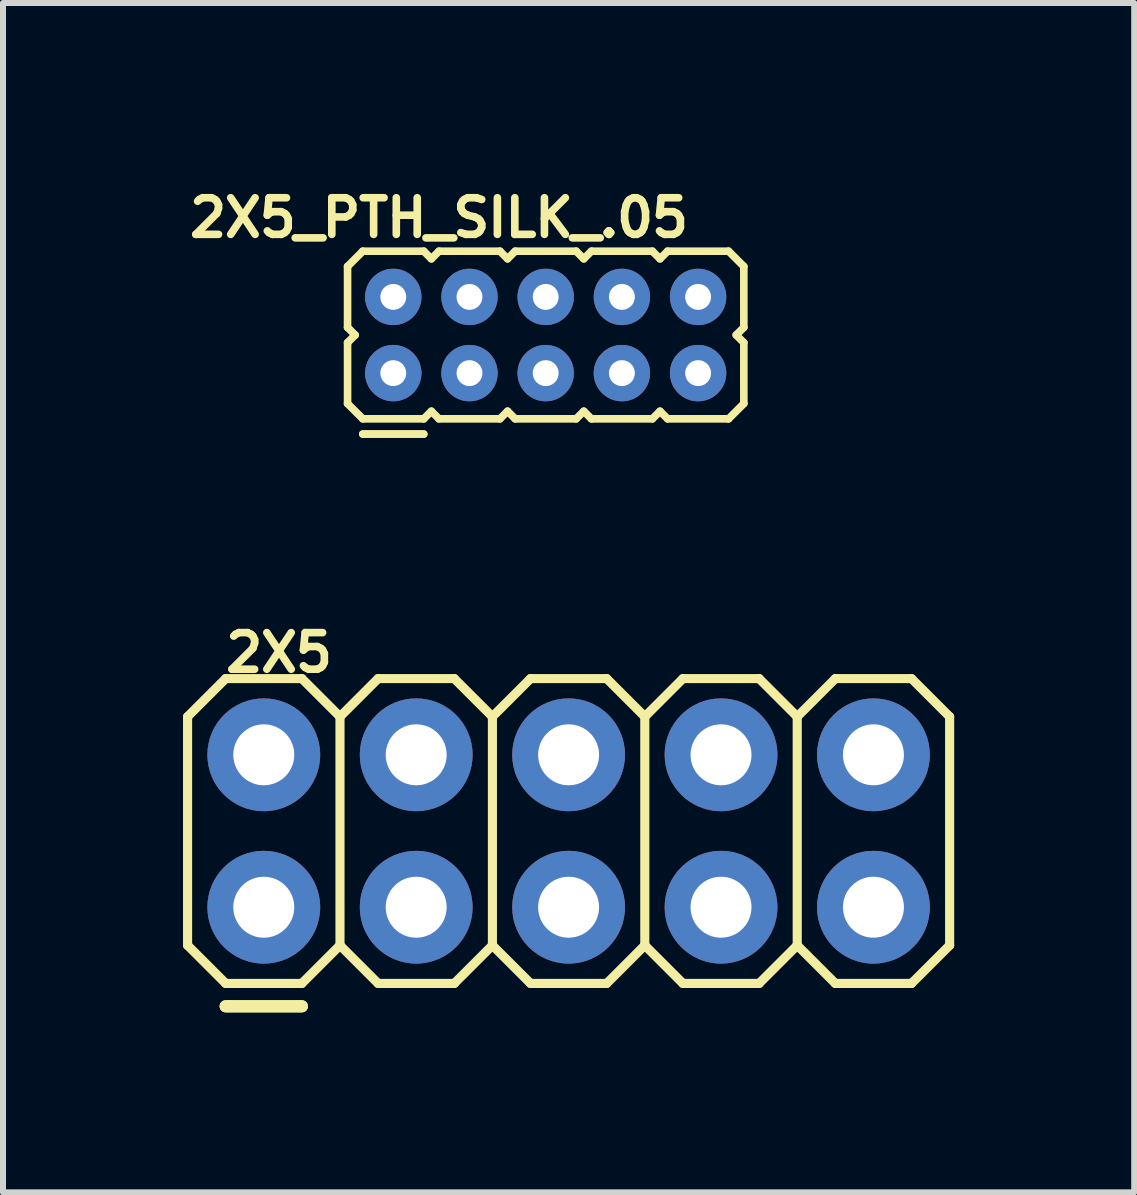
<source format=kicad_pcb>
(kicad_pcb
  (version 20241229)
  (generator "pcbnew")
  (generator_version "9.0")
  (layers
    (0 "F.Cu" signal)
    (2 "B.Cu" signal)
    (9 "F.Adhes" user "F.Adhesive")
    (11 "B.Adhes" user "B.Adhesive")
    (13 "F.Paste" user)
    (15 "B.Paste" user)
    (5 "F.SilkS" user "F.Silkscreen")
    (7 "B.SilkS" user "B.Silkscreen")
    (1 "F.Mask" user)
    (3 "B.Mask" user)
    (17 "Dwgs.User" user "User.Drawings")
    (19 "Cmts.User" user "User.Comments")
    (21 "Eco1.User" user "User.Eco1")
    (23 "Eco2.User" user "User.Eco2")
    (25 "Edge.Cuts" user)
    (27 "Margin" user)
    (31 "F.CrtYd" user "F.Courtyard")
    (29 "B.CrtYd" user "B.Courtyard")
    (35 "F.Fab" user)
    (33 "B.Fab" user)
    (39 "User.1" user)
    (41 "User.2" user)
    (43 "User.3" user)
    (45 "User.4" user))
  (footprint "2X5"
    (layer "F.Cu")
    (at 1.346 12.069)
    (property "Reference" "2X5" (at 0.254 -4.242 0) (layer "F.SilkS") (effects (font (size 0.61 0.61) (thickness 0.127))))
    (attr exclude_from_pos_files exclude_from_bom)
    (fp_line (start -1.27 -3.175) (end -0.635 -3.81) (stroke (width 0.152) (type solid)) (layer "F.SilkS"))
    (fp_line (start -1.27 0.635) (end -1.27 -3.175) (stroke (width 0.152) (type solid)) (layer "F.SilkS"))
    (fp_line (start -1.27 0.635) (end -0.635 1.27) (stroke (width 0.152) (type solid)) (layer "F.SilkS"))
    (fp_line (start -0.635 -3.81) (end 0.635 -3.81) (stroke (width 0.152) (type solid)) (layer "F.SilkS"))
    (fp_line (start -0.635 1.27) (end 0.635 1.27) (stroke (width 0.152) (type solid)) (layer "F.SilkS"))
    (fp_line (start -0.635 1.651) (end 0.635 1.651) (stroke (width 0.203) (type solid)) (layer "F.SilkS"))
    (fp_line (start -0.635 1.651) (end 0.635 1.651) (stroke (width 0.203) (type solid)) (layer "F.SilkS"))
    (fp_line (start 0.635 -3.81) (end 1.27 -3.175) (stroke (width 0.152) (type solid)) (layer "F.SilkS"))
    (fp_line (start 0.635 1.27) (end 1.27 0.635) (stroke (width 0.152) (type solid)) (layer "F.SilkS"))
    (fp_line (start 1.27 -3.175) (end 1.27 0.635) (stroke (width 0.152) (type solid)) (layer "F.SilkS"))
    (fp_line (start 1.27 -3.175) (end 1.905 -3.81) (stroke (width 0.152) (type solid)) (layer "F.SilkS"))
    (fp_line (start 1.27 0.635) (end 1.905 1.27) (stroke (width 0.152) (type solid)) (layer "F.SilkS"))
    (fp_line (start 1.905 -3.81) (end 3.175 -3.81) (stroke (width 0.152) (type solid)) (layer "F.SilkS"))
    (fp_line (start 1.905 1.27) (end 3.175 1.27) (stroke (width 0.152) (type solid)) (layer "F.SilkS"))
    (fp_line (start 3.175 -3.81) (end 3.81 -3.175) (stroke (width 0.152) (type solid)) (layer "F.SilkS"))
    (fp_line (start 3.175 1.27) (end 3.81 0.635) (stroke (width 0.152) (type solid)) (layer "F.SilkS"))
    (fp_line (start 3.81 -3.175) (end 3.81 0.635) (stroke (width 0.152) (type solid)) (layer "F.SilkS"))
    (fp_line (start 3.81 -3.175) (end 4.445 -3.81) (stroke (width 0.152) (type solid)) (layer "F.SilkS"))
    (fp_line (start 3.81 0.635) (end 4.445 1.27) (stroke (width 0.152) (type solid)) (layer "F.SilkS"))
    (fp_line (start 4.445 -3.81) (end 5.715 -3.81) (stroke (width 0.152) (type solid)) (layer "F.SilkS"))
    (fp_line (start 4.445 1.27) (end 5.715 1.27) (stroke (width 0.152) (type solid)) (layer "F.SilkS"))
    (fp_line (start 5.715 -3.81) (end 6.35 -3.175) (stroke (width 0.152) (type solid)) (layer "F.SilkS"))
    (fp_line (start 5.715 1.27) (end 6.35 0.635) (stroke (width 0.152) (type solid)) (layer "F.SilkS"))
    (fp_line (start 6.35 -3.175) (end 6.35 0.635) (stroke (width 0.152) (type solid)) (layer "F.SilkS"))
    (fp_line (start 6.35 -3.175) (end 6.985 -3.81) (stroke (width 0.152) (type solid)) (layer "F.SilkS"))
    (fp_line (start 6.35 0.635) (end 6.985 1.27) (stroke (width 0.152) (type solid)) (layer "F.SilkS"))
    (fp_line (start 6.985 -3.81) (end 8.255 -3.81) (stroke (width 0.152) (type solid)) (layer "F.SilkS"))
    (fp_line (start 6.985 1.27) (end 8.255 1.27) (stroke (width 0.152) (type solid)) (layer "F.SilkS"))
    (fp_line (start 8.255 -3.81) (end 8.89 -3.175) (stroke (width 0.152) (type solid)) (layer "F.SilkS"))
    (fp_line (start 8.255 1.27) (end 8.89 0.635) (stroke (width 0.152) (type solid)) (layer "F.SilkS"))
    (fp_line (start 8.89 -3.175) (end 8.89 0.635) (stroke (width 0.152) (type solid)) (layer "F.SilkS"))
    (fp_line (start 8.89 -3.175) (end 9.525 -3.81) (stroke (width 0.152) (type solid)) (layer "F.SilkS"))
    (fp_line (start 8.89 0.635) (end 9.525 1.27) (stroke (width 0.152) (type solid)) (layer "F.SilkS"))
    (fp_line (start 9.525 -3.81) (end 10.795 -3.81) (stroke (width 0.152) (type solid)) (layer "F.SilkS"))
    (fp_line (start 9.525 1.27) (end 10.795 1.27) (stroke (width 0.152) (type solid)) (layer "F.SilkS"))
    (fp_line (start 10.795 -3.81) (end 11.43 -3.175) (stroke (width 0.152) (type solid)) (layer "F.SilkS"))
    (fp_line (start 10.795 1.27) (end 11.43 0.635) (stroke (width 0.152) (type solid)) (layer "F.SilkS"))
    (fp_line (start 11.43 -3.175) (end 11.43 0.635) (stroke (width 0.152) (type solid)) (layer "F.SilkS"))
    (fp_line (start -0.254 -2.794) (end 0.254 -2.794) (stroke (width 0.066) (type solid)) (layer "Dwgs.User"))
    (fp_line (start -0.254 -2.286) (end -0.254 -2.794) (stroke (width 0.066) (type solid)) (layer "Dwgs.User"))
    (fp_line (start -0.254 -2.286) (end 0.254 -2.286) (stroke (width 0.066) (type solid)) (layer "Dwgs.User"))
    (fp_line (start -0.254 -0.254) (end 0.254 -0.254) (stroke (width 0.066) (type solid)) (layer "Dwgs.User"))
    (fp_line (start -0.254 0.254) (end -0.254 -0.254) (stroke (width 0.066) (type solid)) (layer "Dwgs.User"))
    (fp_line (start -0.254 0.254) (end 0.254 0.254) (stroke (width 0.066) (type solid)) (layer "Dwgs.User"))
    (fp_line (start 0.254 -2.286) (end 0.254 -2.794) (stroke (width 0.066) (type solid)) (layer "Dwgs.User"))
    (fp_line (start 0.254 0.254) (end 0.254 -0.254) (stroke (width 0.066) (type solid)) (layer "Dwgs.User"))
    (fp_line (start 2.286 -2.794) (end 2.794 -2.794) (stroke (width 0.066) (type solid)) (layer "Dwgs.User"))
    (fp_line (start 2.286 -2.286) (end 2.286 -2.794) (stroke (width 0.066) (type solid)) (layer "Dwgs.User"))
    (fp_line (start 2.286 -2.286) (end 2.794 -2.286) (stroke (width 0.066) (type solid)) (layer "Dwgs.User"))
    (fp_line (start 2.286 -0.254) (end 2.794 -0.254) (stroke (width 0.066) (type solid)) (layer "Dwgs.User"))
    (fp_line (start 2.286 0.254) (end 2.286 -0.254) (stroke (width 0.066) (type solid)) (layer "Dwgs.User"))
    (fp_line (start 2.286 0.254) (end 2.794 0.254) (stroke (width 0.066) (type solid)) (layer "Dwgs.User"))
    (fp_line (start 2.794 -2.286) (end 2.794 -2.794) (stroke (width 0.066) (type solid)) (layer "Dwgs.User"))
    (fp_line (start 2.794 0.254) (end 2.794 -0.254) (stroke (width 0.066) (type solid)) (layer "Dwgs.User"))
    (fp_line (start 4.826 -2.794) (end 5.334 -2.794) (stroke (width 0.066) (type solid)) (layer "Dwgs.User"))
    (fp_line (start 4.826 -2.286) (end 4.826 -2.794) (stroke (width 0.066) (type solid)) (layer "Dwgs.User"))
    (fp_line (start 4.826 -2.286) (end 5.334 -2.286) (stroke (width 0.066) (type solid)) (layer "Dwgs.User"))
    (fp_line (start 4.826 -0.254) (end 5.334 -0.254) (stroke (width 0.066) (type solid)) (layer "Dwgs.User"))
    (fp_line (start 4.826 0.254) (end 4.826 -0.254) (stroke (width 0.066) (type solid)) (layer "Dwgs.User"))
    (fp_line (start 4.826 0.254) (end 5.334 0.254) (stroke (width 0.066) (type solid)) (layer "Dwgs.User"))
    (fp_line (start 5.334 -2.286) (end 5.334 -2.794) (stroke (width 0.066) (type solid)) (layer "Dwgs.User"))
    (fp_line (start 5.334 0.254) (end 5.334 -0.254) (stroke (width 0.066) (type solid)) (layer "Dwgs.User"))
    (fp_line (start 7.366 -2.794) (end 7.874 -2.794) (stroke (width 0.066) (type solid)) (layer "Dwgs.User"))
    (fp_line (start 7.366 -2.286) (end 7.366 -2.794) (stroke (width 0.066) (type solid)) (layer "Dwgs.User"))
    (fp_line (start 7.366 -2.286) (end 7.874 -2.286) (stroke (width 0.066) (type solid)) (layer "Dwgs.User"))
    (fp_line (start 7.366 -0.254) (end 7.874 -0.254) (stroke (width 0.066) (type solid)) (layer "Dwgs.User"))
    (fp_line (start 7.366 0.254) (end 7.366 -0.254) (stroke (width 0.066) (type solid)) (layer "Dwgs.User"))
    (fp_line (start 7.366 0.254) (end 7.874 0.254) (stroke (width 0.066) (type solid)) (layer "Dwgs.User"))
    (fp_line (start 7.874 -2.286) (end 7.874 -2.794) (stroke (width 0.066) (type solid)) (layer "Dwgs.User"))
    (fp_line (start 7.874 0.254) (end 7.874 -0.254) (stroke (width 0.066) (type solid)) (layer "Dwgs.User"))
    (fp_line (start 9.906 -2.794) (end 10.414 -2.794) (stroke (width 0.066) (type solid)) (layer "Dwgs.User"))
    (fp_line (start 9.906 -2.286) (end 9.906 -2.794) (stroke (width 0.066) (type solid)) (layer "Dwgs.User"))
    (fp_line (start 9.906 -2.286) (end 10.414 -2.286) (stroke (width 0.066) (type solid)) (layer "Dwgs.User"))
    (fp_line (start 9.906 -0.254) (end 10.414 -0.254) (stroke (width 0.066) (type solid)) (layer "Dwgs.User"))
    (fp_line (start 9.906 0.254) (end 9.906 -0.254) (stroke (width 0.066) (type solid)) (layer "Dwgs.User"))
    (fp_line (start 9.906 0.254) (end 10.414 0.254) (stroke (width 0.066) (type solid)) (layer "Dwgs.User"))
    (fp_line (start 10.414 -2.286) (end 10.414 -2.794) (stroke (width 0.066) (type solid)) (layer "Dwgs.User"))
    (fp_line (start 10.414 0.254) (end 10.414 -0.254) (stroke (width 0.066) (type solid)) (layer "Dwgs.User"))
    (pad "1" thru_hole circle (at 0 0) (size 1.88 1.88) (drill 1.016) (layers "*.Cu" "*.Paste" "*.Mask"))
    (pad "2" thru_hole circle (at 0 -2.54) (size 1.88 1.88) (drill 1.016) (layers "*.Cu" "*.Paste" "*.Mask"))
    (pad "3" thru_hole circle (at 2.54 0) (size 1.88 1.88) (drill 1.016) (layers "*.Cu" "*.Paste" "*.Mask"))
    (pad "4" thru_hole circle (at 2.54 -2.54) (size 1.88 1.88) (drill 1.016) (layers "*.Cu" "*.Paste" "*.Mask"))
    (pad "5" thru_hole circle (at 5.08 0) (size 1.88 1.88) (drill 1.016) (layers "*.Cu" "*.Paste" "*.Mask"))
    (pad "6" thru_hole circle (at 5.08 -2.54) (size 1.88 1.88) (drill 1.016) (layers "*.Cu" "*.Paste" "*.Mask"))
    (pad "7" thru_hole circle (at 7.62 0) (size 1.88 1.88) (drill 1.016) (layers "*.Cu" "*.Paste" "*.Mask"))
    (pad "8" thru_hole circle (at 7.62 -2.54) (size 1.88 1.88) (drill 1.016) (layers "*.Cu" "*.Paste" "*.Mask"))
    (pad "9" thru_hole circle (at 10.16 0) (size 1.88 1.88) (drill 1.016) (layers "*.Cu" "*.Paste" "*.Mask"))
    (pad "10" thru_hole circle (at 10.16 -2.54) (size 1.88 1.88) (drill 1.016) (layers "*.Cu" "*.Paste" "*.Mask")))
  (footprint "2X5_PTH_SILK_.05"
    (layer "F.Cu")
    (at 3.504 3.168)
    (property "Reference" "2X5_PTH_SILK_.05" (at 0.762 -2.588 0) (layer "F.SilkS") (effects (font (size 0.61 0.61) (thickness 0.127))))
    (attr exclude_from_pos_files exclude_from_bom)
    (fp_line (start -0.762 -1.778) (end -0.508 -2.032) (stroke (width 0.127) (type solid)) (layer "F.SilkS"))
    (fp_line (start -0.762 -0.762) (end -0.762 -1.778) (stroke (width 0.127) (type solid)) (layer "F.SilkS"))
    (fp_line (start -0.762 -0.508) (end -0.635 -0.635) (stroke (width 0.127) (type solid)) (layer "F.SilkS"))
    (fp_line (start -0.762 0.508) (end -0.762 -0.508) (stroke (width 0.127) (type solid)) (layer "F.SilkS"))
    (fp_line (start -0.635 -0.635) (end -0.762 -0.762) (stroke (width 0.127) (type solid)) (layer "F.SilkS"))
    (fp_line (start -0.508 -2.032) (end 0.508 -2.032) (stroke (width 0.127) (type solid)) (layer "F.SilkS"))
    (fp_line (start -0.508 0.762) (end -0.762 0.508) (stroke (width 0.127) (type solid)) (layer "F.SilkS"))
    (fp_line (start -0.508 1.016) (end 0.508 1.016) (stroke (width 0.127) (type solid)) (layer "F.SilkS"))
    (fp_line (start 0.508 -2.032) (end 0.635 -1.905) (stroke (width 0.127) (type solid)) (layer "F.SilkS"))
    (fp_line (start 0.508 0.762) (end -0.508 0.762) (stroke (width 0.127) (type solid)) (layer "F.SilkS"))
    (fp_line (start 0.508 1.016) (end -0.508 1.016) (stroke (width 0.127) (type solid)) (layer "F.SilkS"))
    (fp_line (start 0.635 -1.905) (end 0.762 -2.032) (stroke (width 0.127) (type solid)) (layer "F.SilkS"))
    (fp_line (start 0.635 0.635) (end 0.508 0.762) (stroke (width 0.127) (type solid)) (layer "F.SilkS"))
    (fp_line (start 0.762 -2.032) (end 1.778 -2.032) (stroke (width 0.127) (type solid)) (layer "F.SilkS"))
    (fp_line (start 0.762 0.762) (end 0.635 0.635) (stroke (width 0.127) (type solid)) (layer "F.SilkS"))
    (fp_line (start 1.778 -2.032) (end 1.905 -1.905) (stroke (width 0.127) (type solid)) (layer "F.SilkS"))
    (fp_line (start 1.778 0.762) (end 0.762 0.762) (stroke (width 0.127) (type solid)) (layer "F.SilkS"))
    (fp_line (start 1.905 -1.905) (end 2.032 -2.032) (stroke (width 0.127) (type solid)) (layer "F.SilkS"))
    (fp_line (start 1.905 0.635) (end 1.778 0.762) (stroke (width 0.127) (type solid)) (layer "F.SilkS"))
    (fp_line (start 2.032 -2.032) (end 3.048 -2.032) (stroke (width 0.127) (type solid)) (layer "F.SilkS"))
    (fp_line (start 2.032 0.762) (end 1.905 0.635) (stroke (width 0.127) (type solid)) (layer "F.SilkS"))
    (fp_line (start 3.048 -2.032) (end 3.175 -1.905) (stroke (width 0.127) (type solid)) (layer "F.SilkS"))
    (fp_line (start 3.048 0.762) (end 2.032 0.762) (stroke (width 0.127) (type solid)) (layer "F.SilkS"))
    (fp_line (start 3.175 -1.905) (end 3.302 -2.032) (stroke (width 0.127) (type solid)) (layer "F.SilkS"))
    (fp_line (start 3.175 0.635) (end 3.048 0.762) (stroke (width 0.127) (type solid)) (layer "F.SilkS"))
    (fp_line (start 3.302 -2.032) (end 4.318 -2.032) (stroke (width 0.127) (type solid)) (layer "F.SilkS"))
    (fp_line (start 3.302 0.762) (end 3.175 0.635) (stroke (width 0.127) (type solid)) (layer "F.SilkS"))
    (fp_line (start 4.318 -2.032) (end 4.445 -1.905) (stroke (width 0.127) (type solid)) (layer "F.SilkS"))
    (fp_line (start 4.318 0.762) (end 3.302 0.762) (stroke (width 0.127) (type solid)) (layer "F.SilkS"))
    (fp_line (start 4.445 -1.905) (end 4.572 -2.032) (stroke (width 0.127) (type solid)) (layer "F.SilkS"))
    (fp_line (start 4.445 0.635) (end 4.318 0.762) (stroke (width 0.127) (type solid)) (layer "F.SilkS"))
    (fp_line (start 4.572 -2.032) (end 5.588 -2.032) (stroke (width 0.127) (type solid)) (layer "F.SilkS"))
    (fp_line (start 4.572 0.762) (end 4.445 0.635) (stroke (width 0.127) (type solid)) (layer "F.SilkS"))
    (fp_line (start 5.588 -2.032) (end 5.842 -1.778) (stroke (width 0.127) (type solid)) (layer "F.SilkS"))
    (fp_line (start 5.588 0.762) (end 4.572 0.762) (stroke (width 0.127) (type solid)) (layer "F.SilkS"))
    (fp_line (start 5.715 -0.635) (end 5.842 -0.508) (stroke (width 0.127) (type solid)) (layer "F.SilkS"))
    (fp_line (start 5.842 -1.778) (end 5.842 -0.762) (stroke (width 0.127) (type solid)) (layer "F.SilkS"))
    (fp_line (start 5.842 -0.762) (end 5.715 -0.635) (stroke (width 0.127) (type solid)) (layer "F.SilkS"))
    (fp_line (start 5.842 -0.508) (end 5.842 0.508) (stroke (width 0.127) (type solid)) (layer "F.SilkS"))
    (fp_line (start 5.842 0.508) (end 5.588 0.762) (stroke (width 0.127) (type solid)) (layer "F.SilkS"))
    (pad "1" thru_hole circle (at 0 0) (size 0.94 0.94) (drill 0.432) (layers "*.Cu" "*.Paste" "*.Mask"))
    (pad "2" thru_hole circle (at 0 -1.27) (size 0.94 0.94) (drill 0.432) (layers "*.Cu" "*.Paste" "*.Mask"))
    (pad "3" thru_hole circle (at 1.27 0) (size 0.94 0.94) (drill 0.432) (layers "*.Cu" "*.Paste" "*.Mask"))
    (pad "4" thru_hole circle (at 1.27 -1.27) (size 0.94 0.94) (drill 0.432) (layers "*.Cu" "*.Paste" "*.Mask"))
    (pad "5" thru_hole circle (at 2.54 0) (size 0.94 0.94) (drill 0.432) (layers "*.Cu" "*.Paste" "*.Mask"))
    (pad "6" thru_hole circle (at 2.54 -1.27) (size 0.94 0.94) (drill 0.432) (layers "*.Cu" "*.Paste" "*.Mask"))
    (pad "7" thru_hole circle (at 3.81 0) (size 0.94 0.94) (drill 0.432) (layers "*.Cu" "*.Paste" "*.Mask"))
    (pad "8" thru_hole circle (at 3.81 -1.27) (size 0.94 0.94) (drill 0.432) (layers "*.Cu" "*.Paste" "*.Mask"))
    (pad "9" thru_hole circle (at 5.08 0) (size 0.94 0.94) (drill 0.432) (layers "*.Cu" "*.Paste" "*.Mask"))
    (pad "10" thru_hole circle (at 5.08 -1.27) (size 0.94 0.94) (drill 0.432) (layers "*.Cu" "*.Paste" "*.Mask")))
  (gr_rect
    (start -3 -3)
    (end 15.852 16.821)
    (stroke (width 0.1) (type default))
    (fill no)
    (layer "Edge.Cuts")))
</source>
